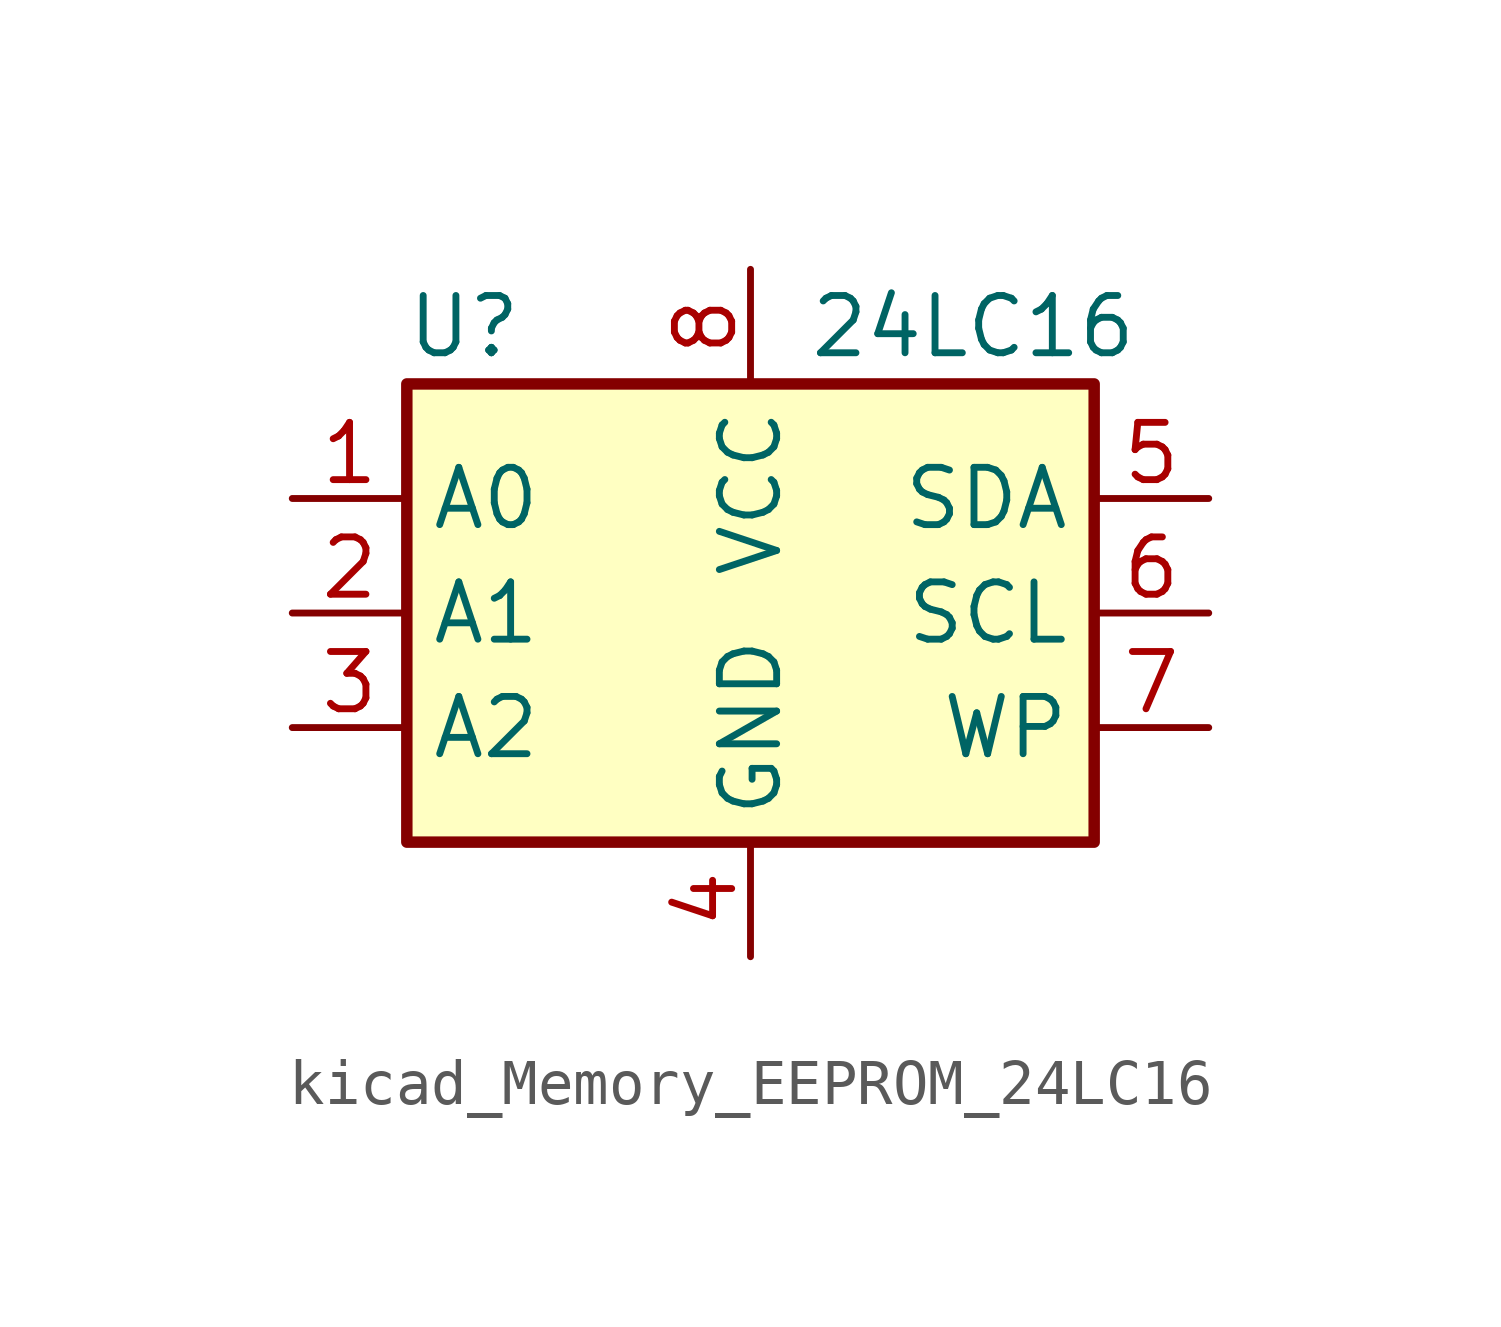
<source format=kicad_sym>
(kicad_symbol_lib
  (version 20220914)
  (generator kicad_symbol_editor)
  (symbol "kicad_Memory_EEPROM_24LC16"
    (property "Reference" "U"
      (at -6.35 6.35 0)
      (effects (font (size 1.27 1.27))))
    (property "Value" "24LC16"
      (at 1.27 6.35 0)
      (effects (font (size 1.27 1.27)) (justify left)))
    (symbol "kicad_Memory_EEPROM_24LC16_1_1"
      (rectangle (start -7.62 5.08) (end 7.62 -5.08) (stroke (width 0.254) (type default)) (fill (type background)))
      (pin input line (at -10.16 2.54 0) (length 2.54) (name "A0" (effects (font (size 1.27 1.27)))) (number "1" (effects (font (size 1.27 1.27)))))
      (pin input line (at -10.16 0 0) (length 2.54) (name "A1" (effects (font (size 1.27 1.27)))) (number "2" (effects (font (size 1.27 1.27)))))
      (pin input line (at -10.16 -2.54 0) (length 2.54) (name "A2" (effects (font (size 1.27 1.27)))) (number "3" (effects (font (size 1.27 1.27)))))
      (pin power_in line (at 0 -7.62 90) (length 2.54) (name "GND" (effects (font (size 1.27 1.27)))) (number "4" (effects (font (size 1.27 1.27)))))
      (pin bidirectional line (at 10.16 2.54 180) (length 2.54) (name "SDA" (effects (font (size 1.27 1.27)))) (number "5" (effects (font (size 1.27 1.27)))))
      (pin input line (at 10.16 0 180) (length 2.54) (name "SCL" (effects (font (size 1.27 1.27)))) (number "6" (effects (font (size 1.27 1.27)))))
      (pin input line (at 10.16 -2.54 180) (length 2.54) (name "WP" (effects (font (size 1.27 1.27)))) (number "7" (effects (font (size 1.27 1.27)))))
      (pin power_in line (at 0 7.62 270) (length 2.54) (name "VCC" (effects (font (size 1.27 1.27)))) (number "8" (effects (font (size 1.27 1.27))))))))
</source>
